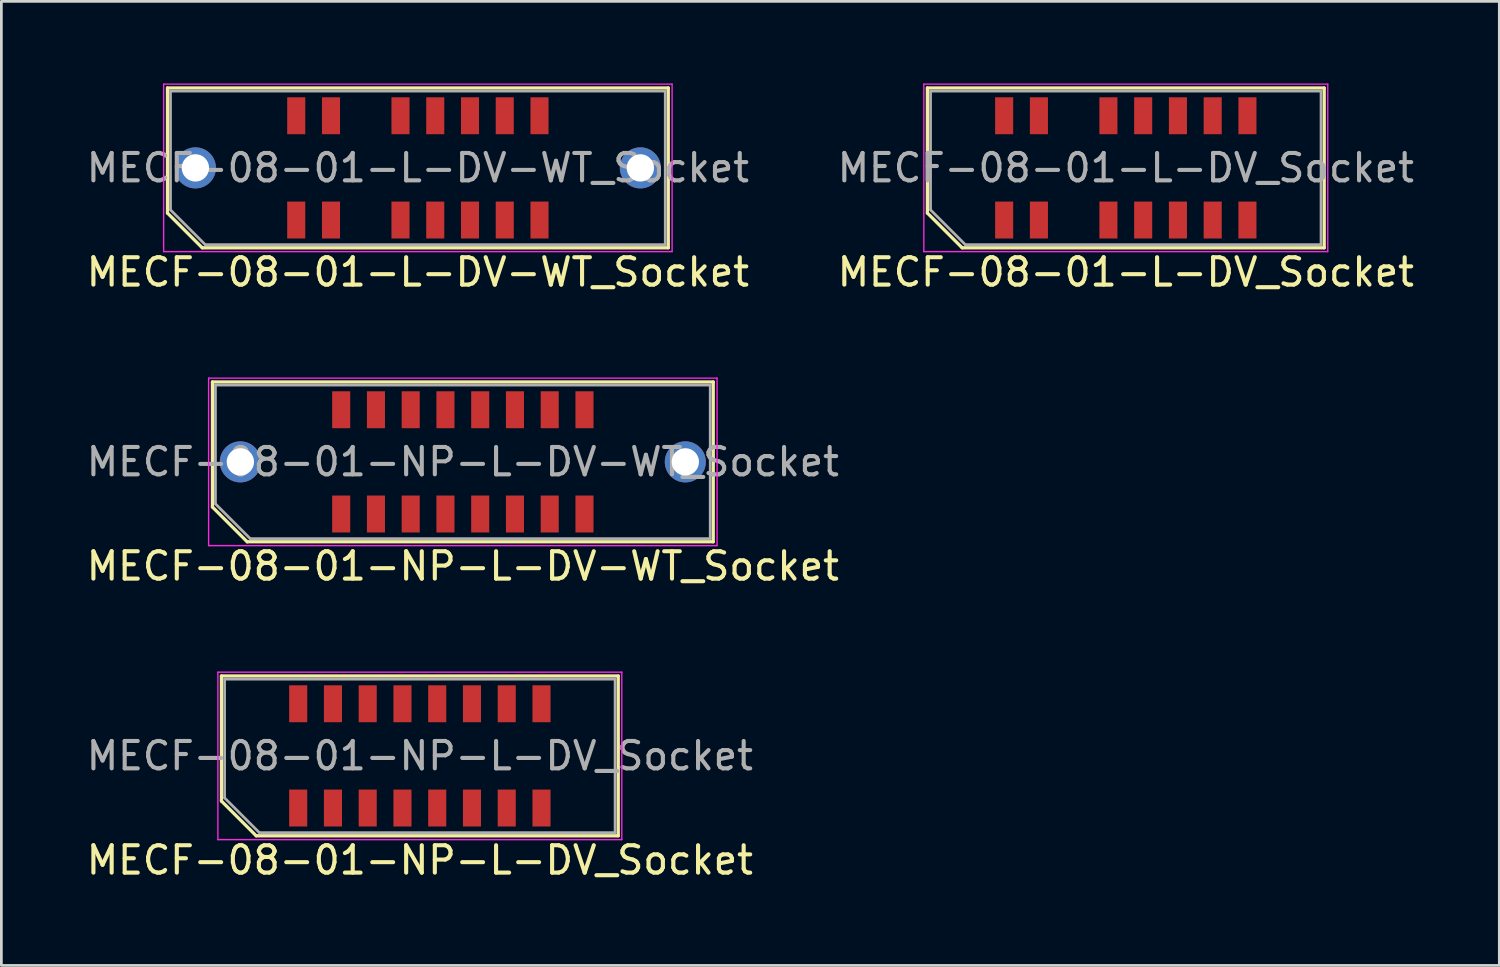
<source format=kicad_pcb>
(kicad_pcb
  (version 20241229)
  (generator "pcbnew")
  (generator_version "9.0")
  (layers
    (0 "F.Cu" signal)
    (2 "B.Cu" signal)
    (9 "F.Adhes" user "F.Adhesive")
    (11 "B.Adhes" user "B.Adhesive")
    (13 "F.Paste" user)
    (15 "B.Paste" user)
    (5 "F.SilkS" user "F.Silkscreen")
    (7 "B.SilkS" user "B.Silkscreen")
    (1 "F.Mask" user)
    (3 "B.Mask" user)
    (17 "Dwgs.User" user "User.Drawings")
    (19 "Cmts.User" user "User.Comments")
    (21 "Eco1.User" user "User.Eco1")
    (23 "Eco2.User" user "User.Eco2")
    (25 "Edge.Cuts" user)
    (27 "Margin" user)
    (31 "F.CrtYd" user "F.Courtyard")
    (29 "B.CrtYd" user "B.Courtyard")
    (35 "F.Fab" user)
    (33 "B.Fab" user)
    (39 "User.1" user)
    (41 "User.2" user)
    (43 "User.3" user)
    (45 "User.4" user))
  (footprint "MECF-08-01-NP-L-DV-WT_Socket"
    (layer "F.Cu")
    (at 13.863 13.828)
    (property "Reference" "MECF-08-01-NP-L-DV-WT_Socket" (at 0 3.81 0) (layer "F.SilkS") (effects (font (size 1 1) (thickness 0.15))))
    (attr smd)
    (fp_line (start -9.15 -2.92) (end 9.15 -2.92) (stroke (width 0.12) (type solid)) (layer "F.SilkS"))
    (fp_line (start -9.15 1.65) (end -9.15 -2.92) (stroke (width 0.12) (type solid)) (layer "F.SilkS"))
    (fp_line (start -7.88 2.92) (end -9.15 1.65) (stroke (width 0.12) (type solid)) (layer "F.SilkS"))
    (fp_line (start -7.88 2.92) (end 9.15 2.92) (stroke (width 0.12) (type solid)) (layer "F.SilkS"))
    (fp_line (start 9.15 2.92) (end 9.15 -2.92) (stroke (width 0.12) (type solid)) (layer "F.SilkS"))
    (fp_line (start -9.29 -3.06) (end -9.29 3.06) (stroke (width 0.05) (type solid)) (layer "F.CrtYd"))
    (fp_line (start -9.29 3.06) (end 9.29 3.06) (stroke (width 0.05) (type solid)) (layer "F.CrtYd"))
    (fp_line (start 9.29 -3.06) (end -9.29 -3.06) (stroke (width 0.05) (type solid)) (layer "F.CrtYd"))
    (fp_line (start 9.29 3.06) (end 9.29 -3.06) (stroke (width 0.05) (type solid)) (layer "F.CrtYd"))
    (fp_line (start -9.04 -2.805) (end 9.04 -2.805) (stroke (width 0.1) (type solid)) (layer "F.Fab"))
    (fp_line (start -9.04 1.535) (end -9.04 -2.805) (stroke (width 0.1) (type solid)) (layer "F.Fab"))
    (fp_line (start -9.04 1.535) (end -7.77 2.805) (stroke (width 0.1) (type solid)) (layer "F.Fab"))
    (fp_line (start -7.77 2.805) (end 9.04 2.805) (stroke (width 0.1) (type solid)) (layer "F.Fab"))
    (fp_line (start 9.04 2.805) (end 9.04 -2.805) (stroke (width 0.1) (type solid)) (layer "F.Fab"))
    (fp_text user "${REFERENCE}" (at 0 0 0) (layer "F.Fab") (effects (font (size 1 1) (thickness 0.15))))
    (pad "" thru_hole circle (at -8.13 0) (size 1.5 1.5) (drill 1) (layers "*.Cu" "*.Mask"))
    (pad "" np_thru_hole circle (at -6.225 0) (size 0.001 0.001) (drill 1.45) (layers "*.Cu" "*.Mask"))
    (pad "" np_thru_hole circle (at 6.225 1) (size 0.001 0.001) (drill 1.45) (layers "*.Cu" "*.Mask"))
    (pad "" thru_hole circle (at 8.13 0) (size 1.5 1.5) (drill 1) (layers "*.Cu" "*.Mask"))
    (pad "1" smd rect (at -4.445 1.905) (size 0.66 1.35) (layers "F.Cu" "F.Mask" "F.Paste"))
    (pad "2" smd rect (at -4.445 -1.905) (size 0.66 1.35) (layers "F.Cu" "F.Mask" "F.Paste"))
    (pad "3" smd rect (at -3.175 1.905) (size 0.66 1.35) (layers "F.Cu" "F.Mask" "F.Paste"))
    (pad "4" smd rect (at -3.175 -1.905) (size 0.66 1.35) (layers "F.Cu" "F.Mask" "F.Paste"))
    (pad "5" smd rect (at -1.905 1.905) (size 0.66 1.35) (layers "F.Cu" "F.Mask" "F.Paste"))
    (pad "6" smd rect (at -1.905 -1.905) (size 0.66 1.35) (layers "F.Cu" "F.Mask" "F.Paste"))
    (pad "7" smd rect (at -0.635 1.905) (size 0.66 1.35) (layers "F.Cu" "F.Mask" "F.Paste"))
    (pad "8" smd rect (at -0.635 -1.905) (size 0.66 1.35) (layers "F.Cu" "F.Mask" "F.Paste"))
    (pad "9" smd rect (at 0.635 1.905) (size 0.66 1.35) (layers "F.Cu" "F.Mask" "F.Paste"))
    (pad "10" smd rect (at 0.635 -1.905) (size 0.66 1.35) (layers "F.Cu" "F.Mask" "F.Paste"))
    (pad "11" smd rect (at 1.905 1.905) (size 0.66 1.35) (layers "F.Cu" "F.Mask" "F.Paste"))
    (pad "12" smd rect (at 1.905 -1.905) (size 0.66 1.35) (layers "F.Cu" "F.Mask" "F.Paste"))
    (pad "13" smd rect (at 3.175 1.905) (size 0.66 1.35) (layers "F.Cu" "F.Mask" "F.Paste"))
    (pad "14" smd rect (at 3.175 -1.905) (size 0.66 1.35) (layers "F.Cu" "F.Mask" "F.Paste"))
    (pad "15" smd rect (at 4.445 1.905) (size 0.66 1.35) (layers "F.Cu" "F.Mask" "F.Paste"))
    (pad "16" smd rect (at 4.445 -1.905) (size 0.66 1.35) (layers "F.Cu" "F.Mask" "F.Paste")))
  (footprint "MECF-08-01-L-DV_Socket"
    (layer "F.Cu")
    (at 38.089 3.085)
    (property "Reference" "MECF-08-01-L-DV_Socket" (at 0 3.81 0) (layer "F.SilkS") (effects (font (size 1 1) (thickness 0.15))))
    (attr smd)
    (fp_line (start -7.25 -2.92) (end 7.25 -2.92) (stroke (width 0.12) (type solid)) (layer "F.SilkS"))
    (fp_line (start -7.25 1.65) (end -7.25 -2.92) (stroke (width 0.12) (type solid)) (layer "F.SilkS"))
    (fp_line (start -5.98 2.92) (end -7.25 1.65) (stroke (width 0.12) (type solid)) (layer "F.SilkS"))
    (fp_line (start -5.98 2.92) (end 7.25 2.92) (stroke (width 0.12) (type solid)) (layer "F.SilkS"))
    (fp_line (start 7.25 2.92) (end 7.25 -2.92) (stroke (width 0.12) (type solid)) (layer "F.SilkS"))
    (fp_line (start -7.38 -3.06) (end -7.38 3.06) (stroke (width 0.05) (type solid)) (layer "F.CrtYd"))
    (fp_line (start -7.38 3.06) (end 7.38 3.06) (stroke (width 0.05) (type solid)) (layer "F.CrtYd"))
    (fp_line (start 7.38 -3.06) (end -7.38 -3.06) (stroke (width 0.05) (type solid)) (layer "F.CrtYd"))
    (fp_line (start 7.38 3.06) (end 7.38 -3.06) (stroke (width 0.05) (type solid)) (layer "F.CrtYd"))
    (fp_line (start -7.135 -2.805) (end 7.135 -2.805) (stroke (width 0.1) (type solid)) (layer "F.Fab"))
    (fp_line (start -7.135 1.535) (end -7.135 -2.805) (stroke (width 0.1) (type solid)) (layer "F.Fab"))
    (fp_line (start -7.135 1.535) (end -5.865 2.805) (stroke (width 0.1) (type solid)) (layer "F.Fab"))
    (fp_line (start -5.865 2.805) (end 7.135 2.805) (stroke (width 0.1) (type solid)) (layer "F.Fab"))
    (fp_line (start 7.135 2.805) (end 7.135 -2.805) (stroke (width 0.1) (type solid)) (layer "F.Fab"))
    (fp_text user "${REFERENCE}" (at 0 0 0) (layer "F.Fab") (effects (font (size 1 1) (thickness 0.15))))
    (pad "" np_thru_hole circle (at -6.225 0) (size 0.001 0.001) (drill 1.45) (layers "*.Cu" "*.Mask"))
    (pad "" np_thru_hole circle (at 6.225 1) (size 0.001 0.001) (drill 1.45) (layers "*.Cu" "*.Mask"))
    (pad "1" smd rect (at -4.445 1.905) (size 0.66 1.35) (layers "F.Cu" "F.Mask" "F.Paste"))
    (pad "2" smd rect (at -4.445 -1.905) (size 0.66 1.35) (layers "F.Cu" "F.Mask" "F.Paste"))
    (pad "3" smd rect (at -3.175 1.905) (size 0.66 1.35) (layers "F.Cu" "F.Mask" "F.Paste"))
    (pad "4" smd rect (at -3.175 -1.905) (size 0.66 1.35) (layers "F.Cu" "F.Mask" "F.Paste"))
    (pad "7" smd rect (at -0.635 1.905) (size 0.66 1.35) (layers "F.Cu" "F.Mask" "F.Paste"))
    (pad "8" smd rect (at -0.635 -1.905) (size 0.66 1.35) (layers "F.Cu" "F.Mask" "F.Paste"))
    (pad "9" smd rect (at 0.635 1.905) (size 0.66 1.35) (layers "F.Cu" "F.Mask" "F.Paste"))
    (pad "10" smd rect (at 0.635 -1.905) (size 0.66 1.35) (layers "F.Cu" "F.Mask" "F.Paste"))
    (pad "11" smd rect (at 1.905 1.905) (size 0.66 1.35) (layers "F.Cu" "F.Mask" "F.Paste"))
    (pad "12" smd rect (at 1.905 -1.905) (size 0.66 1.35) (layers "F.Cu" "F.Mask" "F.Paste"))
    (pad "13" smd rect (at 3.175 1.905) (size 0.66 1.35) (layers "F.Cu" "F.Mask" "F.Paste"))
    (pad "14" smd rect (at 3.175 -1.905) (size 0.66 1.35) (layers "F.Cu" "F.Mask" "F.Paste"))
    (pad "15" smd rect (at 4.445 1.905) (size 0.66 1.35) (layers "F.Cu" "F.Mask" "F.Paste"))
    (pad "16" smd rect (at 4.445 -1.905) (size 0.66 1.35) (layers "F.Cu" "F.Mask" "F.Paste")))
  (footprint "MECF-08-01-L-DV-WT_Socket"
    (layer "F.Cu")
    (at 12.22 3.085)
    (property "Reference" "MECF-08-01-L-DV-WT_Socket" (at 0 3.81 0) (layer "F.SilkS") (effects (font (size 1 1) (thickness 0.15))))
    (attr smd)
    (fp_line (start -9.15 -2.92) (end 9.15 -2.92) (stroke (width 0.12) (type solid)) (layer "F.SilkS"))
    (fp_line (start -9.15 1.65) (end -9.15 -2.92) (stroke (width 0.12) (type solid)) (layer "F.SilkS"))
    (fp_line (start -7.88 2.92) (end -9.15 1.65) (stroke (width 0.12) (type solid)) (layer "F.SilkS"))
    (fp_line (start -7.88 2.92) (end 9.15 2.92) (stroke (width 0.12) (type solid)) (layer "F.SilkS"))
    (fp_line (start 9.15 2.92) (end 9.15 -2.92) (stroke (width 0.12) (type solid)) (layer "F.SilkS"))
    (fp_line (start -9.29 -3.06) (end -9.29 3.06) (stroke (width 0.05) (type solid)) (layer "F.CrtYd"))
    (fp_line (start -9.29 3.06) (end 9.29 3.06) (stroke (width 0.05) (type solid)) (layer "F.CrtYd"))
    (fp_line (start 9.29 -3.06) (end -9.29 -3.06) (stroke (width 0.05) (type solid)) (layer "F.CrtYd"))
    (fp_line (start 9.29 3.06) (end 9.29 -3.06) (stroke (width 0.05) (type solid)) (layer "F.CrtYd"))
    (fp_line (start -9.04 -2.805) (end 9.04 -2.805) (stroke (width 0.1) (type solid)) (layer "F.Fab"))
    (fp_line (start -9.04 1.535) (end -9.04 -2.805) (stroke (width 0.1) (type solid)) (layer "F.Fab"))
    (fp_line (start -9.04 1.535) (end -7.77 2.805) (stroke (width 0.1) (type solid)) (layer "F.Fab"))
    (fp_line (start -7.77 2.805) (end 9.04 2.805) (stroke (width 0.1) (type solid)) (layer "F.Fab"))
    (fp_line (start 9.04 2.805) (end 9.04 -2.805) (stroke (width 0.1) (type solid)) (layer "F.Fab"))
    (fp_text user "${REFERENCE}" (at 0 0 0) (layer "F.Fab") (effects (font (size 1 1) (thickness 0.15))))
    (pad "" thru_hole circle (at -8.13 0) (size 1.5 1.5) (drill 1) (layers "*.Cu" "*.Mask"))
    (pad "" np_thru_hole circle (at -6.225 0) (size 0.001 0.001) (drill 1.45) (layers "*.Cu" "*.Mask"))
    (pad "" np_thru_hole circle (at 6.225 1) (size 0.001 0.001) (drill 1.45) (layers "*.Cu" "*.Mask"))
    (pad "" thru_hole circle (at 8.13 0) (size 1.5 1.5) (drill 1) (layers "*.Cu" "*.Mask"))
    (pad "1" smd rect (at -4.445 1.905) (size 0.66 1.35) (layers "F.Cu" "F.Mask" "F.Paste"))
    (pad "2" smd rect (at -4.445 -1.905) (size 0.66 1.35) (layers "F.Cu" "F.Mask" "F.Paste"))
    (pad "3" smd rect (at -3.175 1.905) (size 0.66 1.35) (layers "F.Cu" "F.Mask" "F.Paste"))
    (pad "4" smd rect (at -3.175 -1.905) (size 0.66 1.35) (layers "F.Cu" "F.Mask" "F.Paste"))
    (pad "7" smd rect (at -0.635 1.905) (size 0.66 1.35) (layers "F.Cu" "F.Mask" "F.Paste"))
    (pad "8" smd rect (at -0.635 -1.905) (size 0.66 1.35) (layers "F.Cu" "F.Mask" "F.Paste"))
    (pad "9" smd rect (at 0.635 1.905) (size 0.66 1.35) (layers "F.Cu" "F.Mask" "F.Paste"))
    (pad "10" smd rect (at 0.635 -1.905) (size 0.66 1.35) (layers "F.Cu" "F.Mask" "F.Paste"))
    (pad "11" smd rect (at 1.905 1.905) (size 0.66 1.35) (layers "F.Cu" "F.Mask" "F.Paste"))
    (pad "12" smd rect (at 1.905 -1.905) (size 0.66 1.35) (layers "F.Cu" "F.Mask" "F.Paste"))
    (pad "13" smd rect (at 3.175 1.905) (size 0.66 1.35) (layers "F.Cu" "F.Mask" "F.Paste"))
    (pad "14" smd rect (at 3.175 -1.905) (size 0.66 1.35) (layers "F.Cu" "F.Mask" "F.Paste"))
    (pad "15" smd rect (at 4.445 1.905) (size 0.66 1.35) (layers "F.Cu" "F.Mask" "F.Paste"))
    (pad "16" smd rect (at 4.445 -1.905) (size 0.66 1.35) (layers "F.Cu" "F.Mask" "F.Paste")))
  (footprint "MECF-08-01-NP-L-DV_Socket"
    (layer "F.Cu")
    (at 12.292 24.572)
    (property "Reference" "MECF-08-01-NP-L-DV_Socket" (at 0 3.81 0) (layer "F.SilkS") (effects (font (size 1 1) (thickness 0.15))))
    (attr smd)
    (fp_line (start -7.25 -2.92) (end 7.25 -2.92) (stroke (width 0.12) (type solid)) (layer "F.SilkS"))
    (fp_line (start -7.25 1.65) (end -7.25 -2.92) (stroke (width 0.12) (type solid)) (layer "F.SilkS"))
    (fp_line (start -5.98 2.92) (end -7.25 1.65) (stroke (width 0.12) (type solid)) (layer "F.SilkS"))
    (fp_line (start -5.98 2.92) (end 7.25 2.92) (stroke (width 0.12) (type solid)) (layer "F.SilkS"))
    (fp_line (start 7.25 2.92) (end 7.25 -2.92) (stroke (width 0.12) (type solid)) (layer "F.SilkS"))
    (fp_line (start -7.38 -3.06) (end -7.38 3.06) (stroke (width 0.05) (type solid)) (layer "F.CrtYd"))
    (fp_line (start -7.38 3.06) (end 7.38 3.06) (stroke (width 0.05) (type solid)) (layer "F.CrtYd"))
    (fp_line (start 7.38 -3.06) (end -7.38 -3.06) (stroke (width 0.05) (type solid)) (layer "F.CrtYd"))
    (fp_line (start 7.38 3.06) (end 7.38 -3.06) (stroke (width 0.05) (type solid)) (layer "F.CrtYd"))
    (fp_line (start -7.135 -2.805) (end 7.135 -2.805) (stroke (width 0.1) (type solid)) (layer "F.Fab"))
    (fp_line (start -7.135 1.535) (end -7.135 -2.805) (stroke (width 0.1) (type solid)) (layer "F.Fab"))
    (fp_line (start -7.135 1.535) (end -5.865 2.805) (stroke (width 0.1) (type solid)) (layer "F.Fab"))
    (fp_line (start -5.865 2.805) (end 7.135 2.805) (stroke (width 0.1) (type solid)) (layer "F.Fab"))
    (fp_line (start 7.135 2.805) (end 7.135 -2.805) (stroke (width 0.1) (type solid)) (layer "F.Fab"))
    (fp_text user "${REFERENCE}" (at 0 0 0) (layer "F.Fab") (effects (font (size 1 1) (thickness 0.15))))
    (pad "" np_thru_hole circle (at -6.225 0) (size 0.001 0.001) (drill 1.45) (layers "*.Cu" "*.Mask"))
    (pad "" np_thru_hole circle (at 6.225 1) (size 0.001 0.001) (drill 1.45) (layers "*.Cu" "*.Mask"))
    (pad "1" smd rect (at -4.445 1.905) (size 0.66 1.35) (layers "F.Cu" "F.Mask" "F.Paste"))
    (pad "2" smd rect (at -4.445 -1.905) (size 0.66 1.35) (layers "F.Cu" "F.Mask" "F.Paste"))
    (pad "3" smd rect (at -3.175 1.905) (size 0.66 1.35) (layers "F.Cu" "F.Mask" "F.Paste"))
    (pad "4" smd rect (at -3.175 -1.905) (size 0.66 1.35) (layers "F.Cu" "F.Mask" "F.Paste"))
    (pad "5" smd rect (at -1.905 1.905) (size 0.66 1.35) (layers "F.Cu" "F.Mask" "F.Paste"))
    (pad "6" smd rect (at -1.905 -1.905) (size 0.66 1.35) (layers "F.Cu" "F.Mask" "F.Paste"))
    (pad "7" smd rect (at -0.635 1.905) (size 0.66 1.35) (layers "F.Cu" "F.Mask" "F.Paste"))
    (pad "8" smd rect (at -0.635 -1.905) (size 0.66 1.35) (layers "F.Cu" "F.Mask" "F.Paste"))
    (pad "9" smd rect (at 0.635 1.905) (size 0.66 1.35) (layers "F.Cu" "F.Mask" "F.Paste"))
    (pad "10" smd rect (at 0.635 -1.905) (size 0.66 1.35) (layers "F.Cu" "F.Mask" "F.Paste"))
    (pad "11" smd rect (at 1.905 1.905) (size 0.66 1.35) (layers "F.Cu" "F.Mask" "F.Paste"))
    (pad "12" smd rect (at 1.905 -1.905) (size 0.66 1.35) (layers "F.Cu" "F.Mask" "F.Paste"))
    (pad "13" smd rect (at 3.175 1.905) (size 0.66 1.35) (layers "F.Cu" "F.Mask" "F.Paste"))
    (pad "14" smd rect (at 3.175 -1.905) (size 0.66 1.35) (layers "F.Cu" "F.Mask" "F.Paste"))
    (pad "15" smd rect (at 4.445 1.905) (size 0.66 1.35) (layers "F.Cu" "F.Mask" "F.Paste"))
    (pad "16" smd rect (at 4.445 -1.905) (size 0.66 1.35) (layers "F.Cu" "F.Mask" "F.Paste")))
  (gr_rect
    (start -3 -3)
    (end 51.738 32.23)
    (stroke (width 0.1) (type default))
    (fill no)
    (layer "Edge.Cuts")))
</source>
